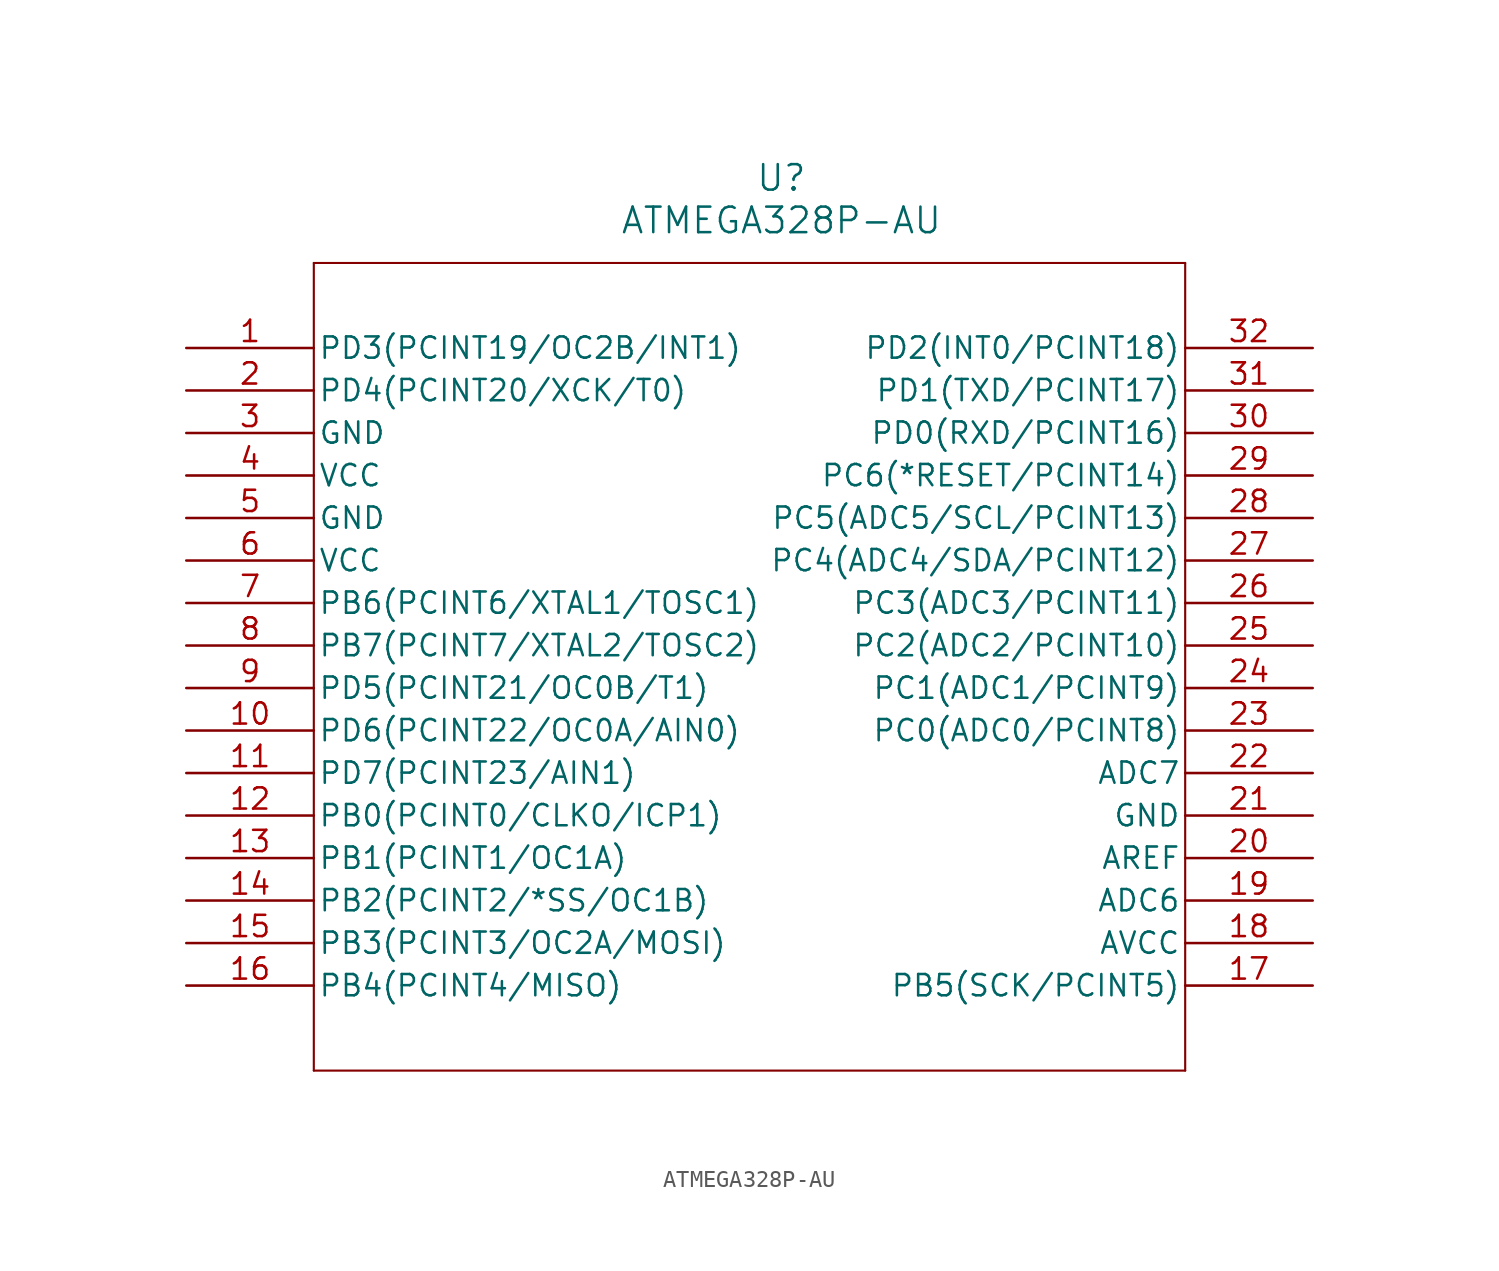
<source format=kicad_sym>
(kicad_symbol_lib
  (version 20241209)
  (generator "kicad_symbol_editor")
  (generator_version "9.0")
  (symbol "ATMEGA328P-AU"
    (pin_names
      (offset 0.254))
    (property "Reference" "U"
      (at 35.56 10.16 0)
      (effects (font (size 1.524 1.524))))
    (property "Value" "ATMEGA328P-AU"
      (at 35.56 7.62 0)
      (effects (font (size 1.524 1.524))))
    (property "ki_locked" ""
      (at 0 0 0)
      (effects (font (size 1.27 1.27))))
    (symbol "ATMEGA328P-AU_0_1"
      (polyline (pts (xy 7.62 5.08) (xy 7.62 -43.18)) (stroke (width 0.127) (type default)) (fill (type none)))
      (polyline (pts (xy 7.62 -43.18) (xy 59.69 -43.18)) (stroke (width 0.127) (type default)) (fill (type none)))
      (polyline (pts (xy 59.69 5.08) (xy 7.62 5.08)) (stroke (width 0.127) (type default)) (fill (type none)))
      (polyline (pts (xy 59.69 -43.18) (xy 59.69 5.08)) (stroke (width 0.127) (type default)) (fill (type none)))
      (pin bidirectional line (at 0 0 0) (length 7.62) (name "PD3(PCINT19/OC2B/INT1)" (effects (font (size 1.27 1.27)))) (number "1" (effects (font (size 1.27 1.27)))))
      (pin bidirectional line (at 0 -2.54 0) (length 7.62) (name "PD4(PCINT20/XCK/T0)" (effects (font (size 1.27 1.27)))) (number "2" (effects (font (size 1.27 1.27)))))
      (pin power_out line (at 0 -5.08 0) (length 7.62) (name "GND" (effects (font (size 1.27 1.27)))) (number "3" (effects (font (size 1.27 1.27)))))
      (pin power_in line (at 0 -7.62 0) (length 7.62) (name "VCC" (effects (font (size 1.27 1.27)))) (number "4" (effects (font (size 1.27 1.27)))))
      (pin power_out line (at 0 -10.16 0) (length 7.62) (name "GND" (effects (font (size 1.27 1.27)))) (number "5" (effects (font (size 1.27 1.27)))))
      (pin power_in line (at 0 -12.7 0) (length 7.62) (name "VCC" (effects (font (size 1.27 1.27)))) (number "6" (effects (font (size 1.27 1.27)))))
      (pin bidirectional line (at 0 -15.24 0) (length 7.62) (name "PB6(PCINT6/XTAL1/TOSC1)" (effects (font (size 1.27 1.27)))) (number "7" (effects (font (size 1.27 1.27)))))
      (pin bidirectional line (at 0 -17.78 0) (length 7.62) (name "PB7(PCINT7/XTAL2/TOSC2)" (effects (font (size 1.27 1.27)))) (number "8" (effects (font (size 1.27 1.27)))))
      (pin bidirectional line (at 0 -20.32 0) (length 7.62) (name "PD5(PCINT21/OC0B/T1)" (effects (font (size 1.27 1.27)))) (number "9" (effects (font (size 1.27 1.27)))))
      (pin bidirectional line (at 0 -22.86 0) (length 7.62) (name "PD6(PCINT22/OC0A/AIN0)" (effects (font (size 1.27 1.27)))) (number "10" (effects (font (size 1.27 1.27)))))
      (pin input line (at 0 -25.4 0) (length 7.62) (name "PD7(PCINT23/AIN1)" (effects (font (size 1.27 1.27)))) (number "11" (effects (font (size 1.27 1.27)))))
      (pin bidirectional line (at 0 -27.94 0) (length 7.62) (name "PB0(PCINT0/CLKO/ICP1)" (effects (font (size 1.27 1.27)))) (number "12" (effects (font (size 1.27 1.27)))))
      (pin bidirectional line (at 0 -30.48 0) (length 7.62) (name "PB1(PCINT1/OC1A)" (effects (font (size 1.27 1.27)))) (number "13" (effects (font (size 1.27 1.27)))))
      (pin bidirectional line (at 0 -33.02 0) (length 7.62) (name "PB2(PCINT2/*SS/OC1B)" (effects (font (size 1.27 1.27)))) (number "14" (effects (font (size 1.27 1.27)))))
      (pin bidirectional line (at 0 -35.56 0) (length 7.62) (name "PB3(PCINT3/OC2A/MOSI)" (effects (font (size 1.27 1.27)))) (number "15" (effects (font (size 1.27 1.27)))))
      (pin bidirectional line (at 0 -38.1 0) (length 7.62) (name "PB4(PCINT4/MISO)" (effects (font (size 1.27 1.27)))) (number "16" (effects (font (size 1.27 1.27)))))
      (pin bidirectional line (at 67.31 0 180) (length 7.62) (name "PD2(INT0/PCINT18)" (effects (font (size 1.27 1.27)))) (number "32" (effects (font (size 1.27 1.27)))))
      (pin bidirectional line (at 67.31 -2.54 180) (length 7.62) (name "PD1(TXD/PCINT17)" (effects (font (size 1.27 1.27)))) (number "31" (effects (font (size 1.27 1.27)))))
      (pin bidirectional line (at 67.31 -5.08 180) (length 7.62) (name "PD0(RXD/PCINT16)" (effects (font (size 1.27 1.27)))) (number "30" (effects (font (size 1.27 1.27)))))
      (pin bidirectional line (at 67.31 -7.62 180) (length 7.62) (name "PC6(*RESET/PCINT14)" (effects (font (size 1.27 1.27)))) (number "29" (effects (font (size 1.27 1.27)))))
      (pin bidirectional line (at 67.31 -10.16 180) (length 7.62) (name "PC5(ADC5/SCL/PCINT13)" (effects (font (size 1.27 1.27)))) (number "28" (effects (font (size 1.27 1.27)))))
      (pin bidirectional line (at 67.31 -12.7 180) (length 7.62) (name "PC4(ADC4/SDA/PCINT12)" (effects (font (size 1.27 1.27)))) (number "27" (effects (font (size 1.27 1.27)))))
      (pin bidirectional line (at 67.31 -15.24 180) (length 7.62) (name "PC3(ADC3/PCINT11)" (effects (font (size 1.27 1.27)))) (number "26" (effects (font (size 1.27 1.27)))))
      (pin bidirectional line (at 67.31 -17.78 180) (length 7.62) (name "PC2(ADC2/PCINT10)" (effects (font (size 1.27 1.27)))) (number "25" (effects (font (size 1.27 1.27)))))
      (pin bidirectional line (at 67.31 -20.32 180) (length 7.62) (name "PC1(ADC1/PCINT9)" (effects (font (size 1.27 1.27)))) (number "24" (effects (font (size 1.27 1.27)))))
      (pin bidirectional line (at 67.31 -22.86 180) (length 7.62) (name "PC0(ADC0/PCINT8)" (effects (font (size 1.27 1.27)))) (number "23" (effects (font (size 1.27 1.27)))))
      (pin unspecified line (at 67.31 -25.4 180) (length 7.62) (name "ADC7" (effects (font (size 1.27 1.27)))) (number "22" (effects (font (size 1.27 1.27)))))
      (pin power_out line (at 67.31 -27.94 180) (length 7.62) (name "GND" (effects (font (size 1.27 1.27)))) (number "21" (effects (font (size 1.27 1.27)))))
      (pin power_in line (at 67.31 -30.48 180) (length 7.62) (name "AREF" (effects (font (size 1.27 1.27)))) (number "20" (effects (font (size 1.27 1.27)))))
      (pin unspecified line (at 67.31 -33.02 180) (length 7.62) (name "ADC6" (effects (font (size 1.27 1.27)))) (number "19" (effects (font (size 1.27 1.27)))))
      (pin power_in line (at 67.31 -35.56 180) (length 7.62) (name "AVCC" (effects (font (size 1.27 1.27)))) (number "18" (effects (font (size 1.27 1.27)))))
      (pin bidirectional line (at 67.31 -38.1 180) (length 7.62) (name "PB5(SCK/PCINT5)" (effects (font (size 1.27 1.27)))) (number "17" (effects (font (size 1.27 1.27))))))))
</source>
